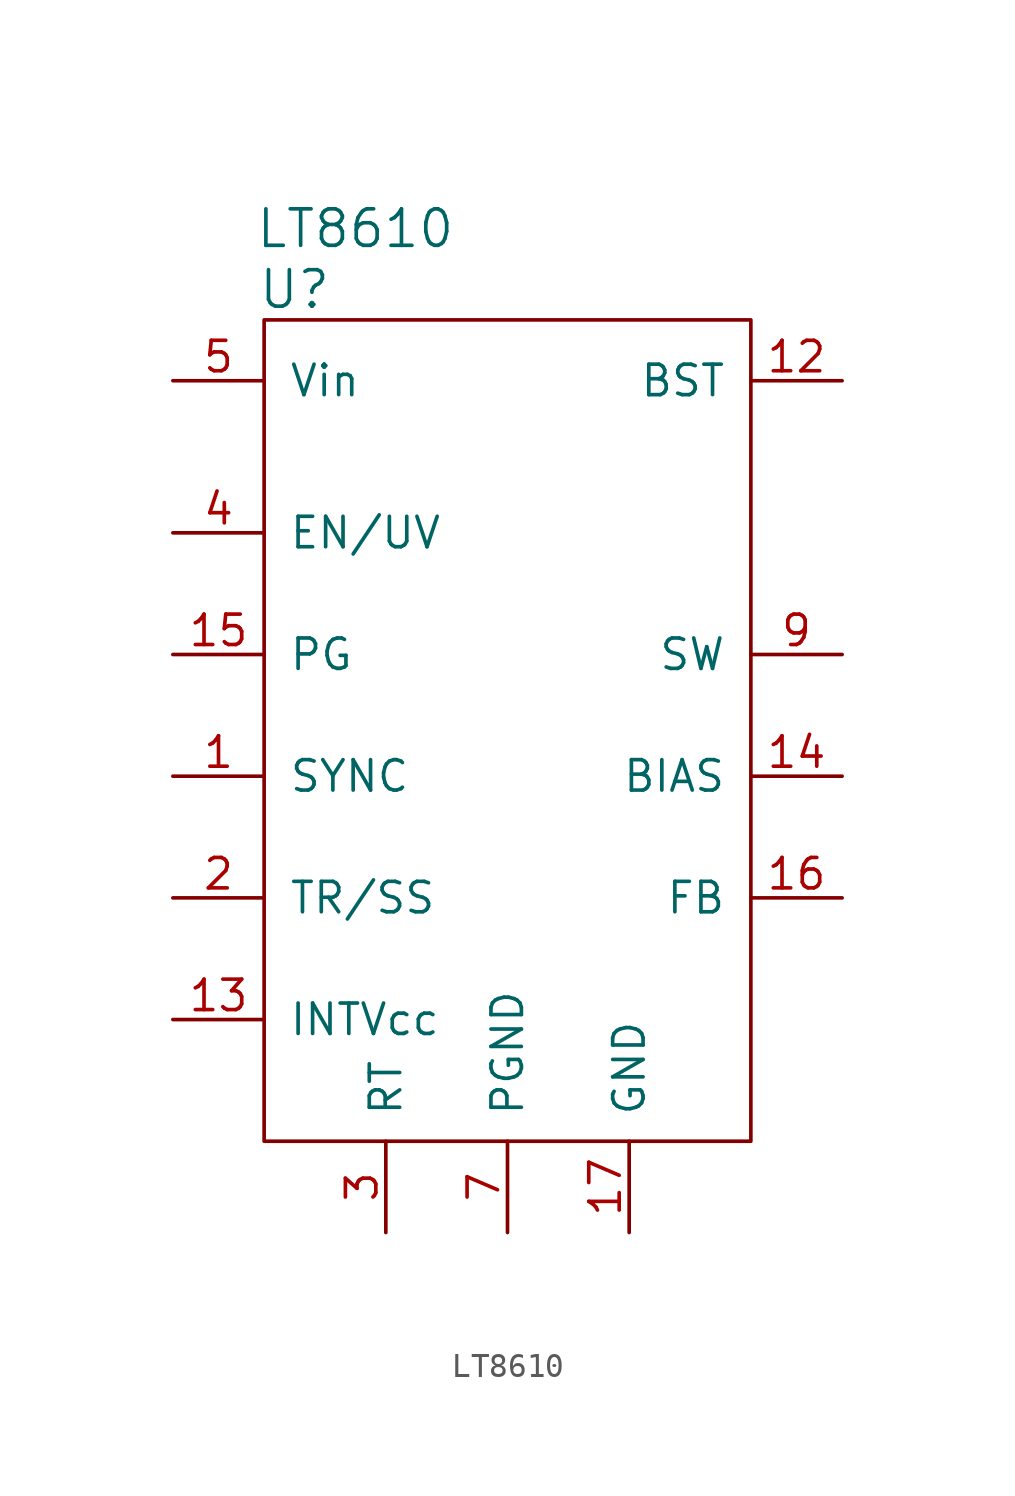
<source format=kicad_sym>
(kicad_symbol_lib
  (version 20211014)
  (generator kicad_symbol_editor)
  (symbol "LT8610"
    (pin_names
      (offset 1.016))
    (property "Reference" "U"
      (at -8.89 41.91 0)
      (effects (font (size 1.524 1.524))))
    (property "Value" "LT8610"
      (at -6.35 44.45 0)
      (effects (font (size 1.524 1.524))))
    (symbol "LT8610_0_0"
      (rectangle (start -10.16 6.35) (end 10.16 40.64) (stroke (width 0) (type default) (color 0 0 0 0)) (fill (type none))))
    (symbol "LT8610_1_1"
      (pin input line (at -13.97 21.59 0) (length 3.81) (name "SYNC" (effects (font (size 1.27 1.27)))) (number "1" (effects (font (size 1.27 1.27)))))
      (pin passive line (at 13.97 26.67 180) (length 3.81) hide (name "SW" (effects (font (size 1.27 1.27)))) (number "10" (effects (font (size 1.27 1.27)))))
      (pin passive line (at 13.97 26.67 180) (length 3.81) hide (name "SW" (effects (font (size 1.27 1.27)))) (number "11" (effects (font (size 1.27 1.27)))))
      (pin passive line (at 13.97 38.1 180) (length 3.81) (name "BST" (effects (font (size 1.27 1.27)))) (number "12" (effects (font (size 1.27 1.27)))))
      (pin passive line (at -13.97 11.43 0) (length 3.81) (name "INTVcc" (effects (font (size 1.27 1.27)))) (number "13" (effects (font (size 1.27 1.27)))))
      (pin passive line (at 13.97 21.59 180) (length 3.81) (name "BIAS" (effects (font (size 1.27 1.27)))) (number "14" (effects (font (size 1.27 1.27)))))
      (pin output line (at -13.97 26.67 0) (length 3.81) (name "PG" (effects (font (size 1.27 1.27)))) (number "15" (effects (font (size 1.27 1.27)))))
      (pin passive line (at 13.97 16.51 180) (length 3.81) (name "FB" (effects (font (size 1.27 1.27)))) (number "16" (effects (font (size 1.27 1.27)))))
      (pin passive line (at 5.08 2.54 90) (length 3.81) (name "GND" (effects (font (size 1.27 1.27)))) (number "17" (effects (font (size 1.27 1.27)))))
      (pin passive line (at -13.97 16.51 0) (length 3.81) (name "TR/SS" (effects (font (size 1.27 1.27)))) (number "2" (effects (font (size 1.27 1.27)))))
      (pin passive line (at -5.08 2.54 90) (length 3.81) (name "RT" (effects (font (size 1.27 1.27)))) (number "3" (effects (font (size 1.27 1.27)))))
      (pin passive line (at -13.97 31.75 0) (length 3.81) (name "EN/UV" (effects (font (size 1.27 1.27)))) (number "4" (effects (font (size 1.27 1.27)))))
      (pin input line (at -13.97 38.1 0) (length 3.81) (name "Vin" (effects (font (size 1.27 1.27)))) (number "5" (effects (font (size 1.27 1.27)))))
      (pin passive line (at -13.97 38.1 0) (length 3.81) hide (name "Vin" (effects (font (size 1.27 1.27)))) (number "6" (effects (font (size 1.27 1.27)))))
      (pin passive line (at 0 2.54 90) (length 3.81) (name "PGND" (effects (font (size 1.27 1.27)))) (number "7" (effects (font (size 1.27 1.27)))))
      (pin passive line (at 0 2.54 90) (length 3.81) hide (name "PGND" (effects (font (size 1.27 1.27)))) (number "8" (effects (font (size 1.27 1.27)))))
      (pin passive line (at 13.97 26.67 180) (length 3.81) (name "SW" (effects (font (size 1.27 1.27)))) (number "9" (effects (font (size 1.27 1.27))))))))
</source>
